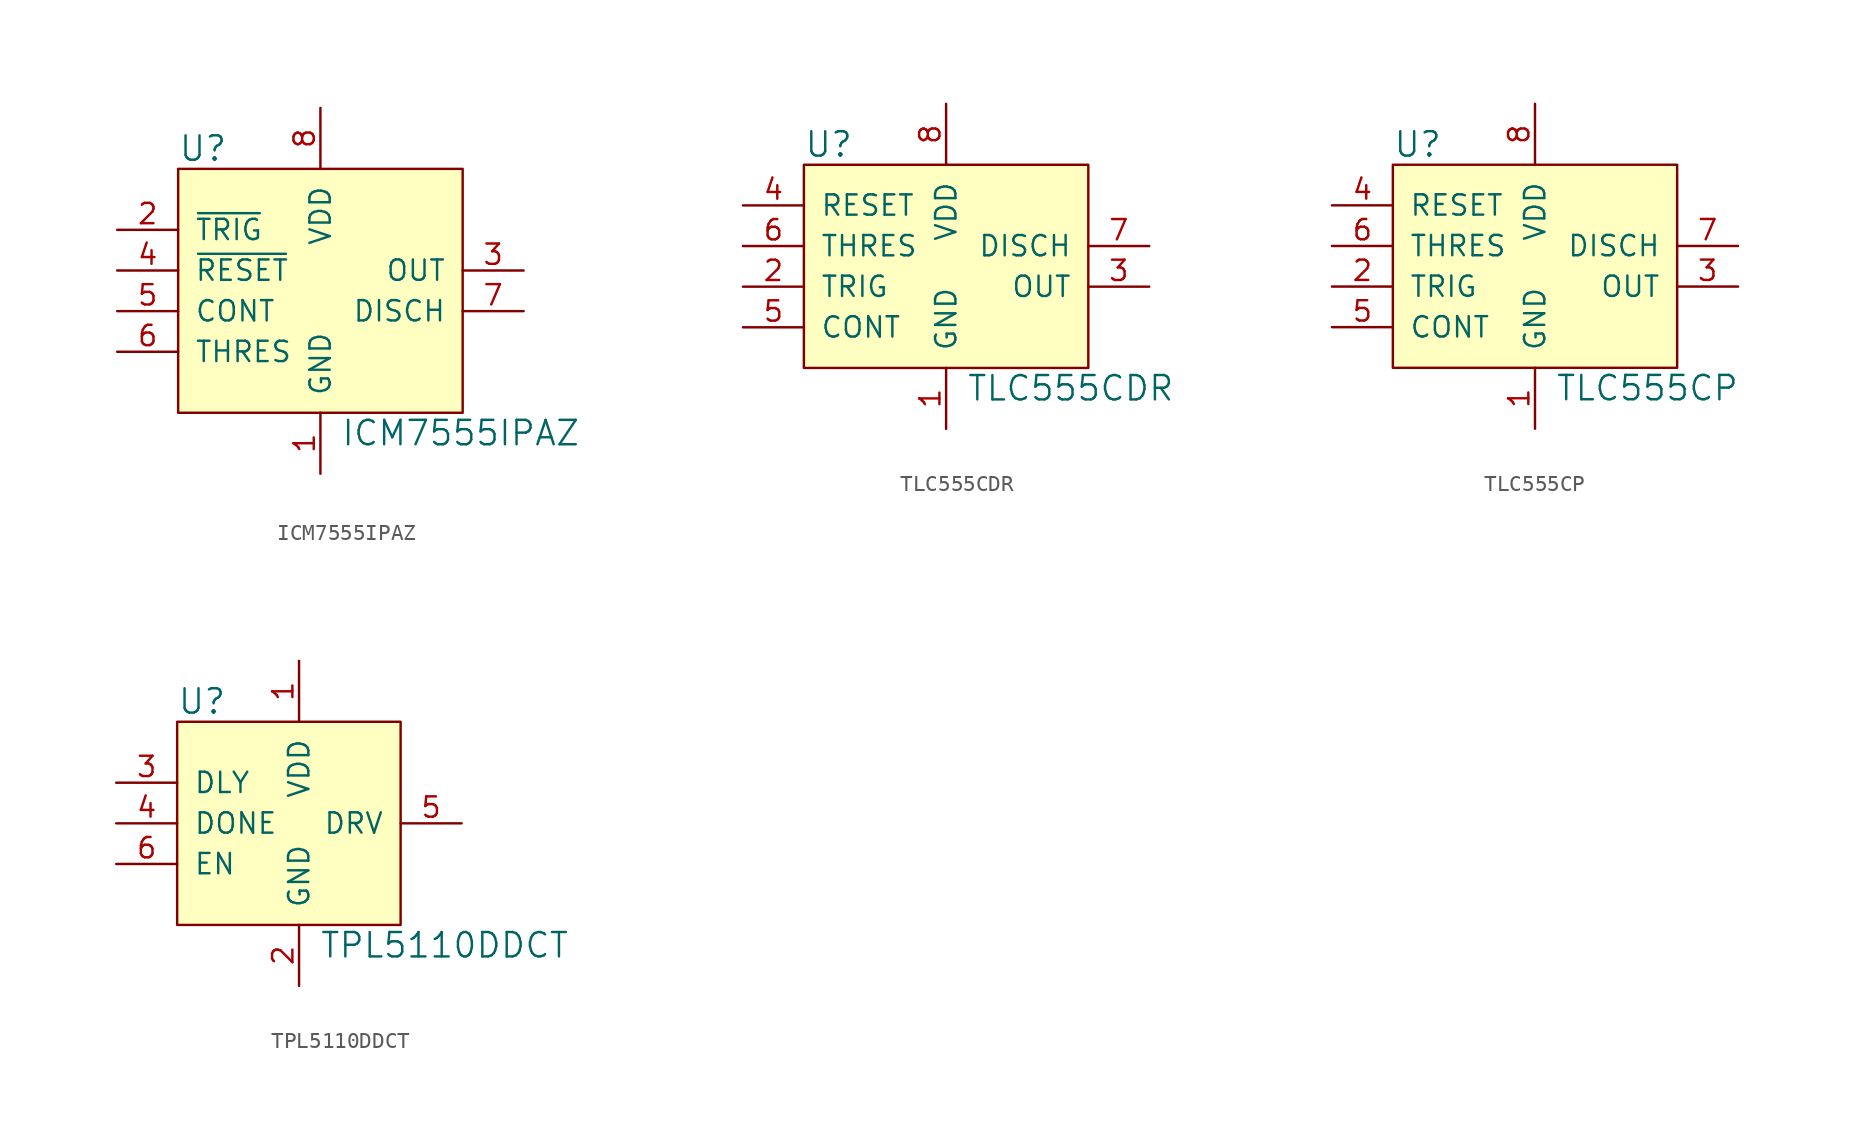
<source format=kicad_sym>
(kicad_symbol_lib
  (version 20211014)
  (generator kicad_symbol_editor)
  (symbol "ICM7555IPAZ"
    (pin_names
      (offset 1.016))
    (property "Reference" "U"
      (at -8.89 7.62 0)
      (effects (font (size 1.524 1.524)) (justify left)))
    (property "Value" "ICM7555IPAZ"
      (at 1.27 -10.16 0)
      (effects (font (size 1.524 1.524)) (justify left)))
    (symbol "ICM7555IPAZ_1_1"
      (rectangle (start -8.89 6.35) (end 8.89 -8.89) (stroke (width 0) (type default) (color 0 0 0 0)) (fill (type background)))
      (pin power_in line (at 0 -12.7 90) (length 3.81) (name "GND" (effects (font (size 1.27 1.27)))) (number "1" (effects (font (size 1.27 1.27)))))
      (pin input line (at -12.7 2.54 0) (length 3.81) (name "~{TRIG}" (effects (font (size 1.27 1.27)))) (number "2" (effects (font (size 1.27 1.27)))))
      (pin output line (at 12.7 0 180) (length 3.81) (name "OUT" (effects (font (size 1.27 1.27)))) (number "3" (effects (font (size 1.27 1.27)))))
      (pin input line (at -12.7 0 0) (length 3.81) (name "~{RESET}" (effects (font (size 1.27 1.27)))) (number "4" (effects (font (size 1.27 1.27)))))
      (pin input line (at -12.7 -2.54 0) (length 3.81) (name "CONT" (effects (font (size 1.27 1.27)))) (number "5" (effects (font (size 1.27 1.27)))))
      (pin input line (at -12.7 -5.08 0) (length 3.81) (name "THRES" (effects (font (size 1.27 1.27)))) (number "6" (effects (font (size 1.27 1.27)))))
      (pin output line (at 12.7 -2.54 180) (length 3.81) (name "DISCH" (effects (font (size 1.27 1.27)))) (number "7" (effects (font (size 1.27 1.27)))))
      (pin power_in line (at 0 10.16 270) (length 3.81) (name "VDD" (effects (font (size 1.27 1.27)))) (number "8" (effects (font (size 1.27 1.27)))))))
  (symbol "TLC555CDR"
    (pin_names
      (offset 1.016))
    (property "Reference" "U"
      (at -8.89 6.35 0)
      (effects (font (size 1.524 1.524)) (justify left)))
    (property "Value" "TLC555CDR"
      (at 1.27 -8.89 0)
      (effects (font (size 1.524 1.524)) (justify left)))
    (symbol "TLC555CDR_0_1"
      (rectangle (start -8.89 5.08) (end 8.89 -7.62) (stroke (width 0) (type default) (color 0 0 0 0)) (fill (type background))))
    (symbol "TLC555CDR_1_1"
      (pin power_in line (at 0 -11.43 90) (length 3.81) (name "GND" (effects (font (size 1.27 1.27)))) (number "1" (effects (font (size 1.27 1.27)))))
      (pin input line (at -12.7 -2.54 0) (length 3.81) (name "TRIG" (effects (font (size 1.27 1.27)))) (number "2" (effects (font (size 1.27 1.27)))))
      (pin output line (at 12.7 -2.54 180) (length 3.81) (name "OUT" (effects (font (size 1.27 1.27)))) (number "3" (effects (font (size 1.27 1.27)))))
      (pin input line (at -12.7 2.54 0) (length 3.81) (name "RESET" (effects (font (size 1.27 1.27)))) (number "4" (effects (font (size 1.27 1.27)))))
      (pin bidirectional line (at -12.7 -5.08 0) (length 3.81) (name "CONT" (effects (font (size 1.27 1.27)))) (number "5" (effects (font (size 1.27 1.27)))))
      (pin input line (at -12.7 0 0) (length 3.81) (name "THRES" (effects (font (size 1.27 1.27)))) (number "6" (effects (font (size 1.27 1.27)))))
      (pin output line (at 12.7 0 180) (length 3.81) (name "DISCH" (effects (font (size 1.27 1.27)))) (number "7" (effects (font (size 1.27 1.27)))))
      (pin power_in line (at 0 8.89 270) (length 3.81) (name "VDD" (effects (font (size 1.27 1.27)))) (number "8" (effects (font (size 1.27 1.27)))))))
  (symbol "TLC555CP"
    (pin_names
      (offset 1.016))
    (property "Reference" "U"
      (at -8.89 1.27 0)
      (effects (font (size 1.524 1.524)) (justify left)))
    (property "Value" "TLC555CP"
      (at 1.27 -13.97 0)
      (effects (font (size 1.524 1.524)) (justify left)))
    (symbol "TLC555CP_0_1"
      (rectangle (start -8.89 0) (end 8.89 -12.7) (stroke (width 0) (type default) (color 0 0 0 0)) (fill (type background))))
    (symbol "TLC555CP_1_1"
      (pin power_in line (at 0 -16.51 90) (length 3.81) (name "GND" (effects (font (size 1.27 1.27)))) (number "1" (effects (font (size 1.27 1.27)))))
      (pin input line (at -12.7 -7.62 0) (length 3.81) (name "TRIG" (effects (font (size 1.27 1.27)))) (number "2" (effects (font (size 1.27 1.27)))))
      (pin output line (at 12.7 -7.62 180) (length 3.81) (name "OUT" (effects (font (size 1.27 1.27)))) (number "3" (effects (font (size 1.27 1.27)))))
      (pin input line (at -12.7 -2.54 0) (length 3.81) (name "RESET" (effects (font (size 1.27 1.27)))) (number "4" (effects (font (size 1.27 1.27)))))
      (pin input line (at -12.7 -10.16 0) (length 3.81) (name "CONT" (effects (font (size 1.27 1.27)))) (number "5" (effects (font (size 1.27 1.27)))))
      (pin input line (at -12.7 -5.08 0) (length 3.81) (name "THRES" (effects (font (size 1.27 1.27)))) (number "6" (effects (font (size 1.27 1.27)))))
      (pin output line (at 12.7 -5.08 180) (length 3.81) (name "DISCH" (effects (font (size 1.27 1.27)))) (number "7" (effects (font (size 1.27 1.27)))))
      (pin power_in line (at 0 3.81 270) (length 3.81) (name "VDD" (effects (font (size 1.27 1.27)))) (number "8" (effects (font (size 1.27 1.27)))))))
  (symbol "TPL5110DDCT"
    (pin_names
      (offset 1.016))
    (property "Reference" "U"
      (at -7.62 7.62 0)
      (effects (font (size 1.524 1.524)) (justify left)))
    (property "Value" "TPL5110DDCT"
      (at 1.27 -7.62 0)
      (effects (font (size 1.524 1.524)) (justify left)))
    (symbol "TPL5110DDCT_0_1"
      (rectangle (start -7.62 6.35) (end 6.35 -6.35) (stroke (width 0) (type default) (color 0 0 0 0)) (fill (type background))))
    (symbol "TPL5110DDCT_1_1"
      (pin power_in line (at 0 10.16 270) (length 3.81) (name "VDD" (effects (font (size 1.27 1.27)))) (number "1" (effects (font (size 1.27 1.27)))))
      (pin power_in line (at 0 -10.16 90) (length 3.81) (name "GND" (effects (font (size 1.27 1.27)))) (number "2" (effects (font (size 1.27 1.27)))))
      (pin input line (at -11.43 2.54 0) (length 3.81) (name "DLY" (effects (font (size 1.27 1.27)))) (number "3" (effects (font (size 1.27 1.27)))))
      (pin input line (at -11.43 0 0) (length 3.81) (name "DONE" (effects (font (size 1.27 1.27)))) (number "4" (effects (font (size 1.27 1.27)))))
      (pin output line (at 10.16 0 180) (length 3.81) (name "DRV" (effects (font (size 1.27 1.27)))) (number "5" (effects (font (size 1.27 1.27)))))
      (pin input line (at -11.43 -2.54 0) (length 3.81) (name "EN" (effects (font (size 1.27 1.27)))) (number "6" (effects (font (size 1.27 1.27))))))))
</source>
